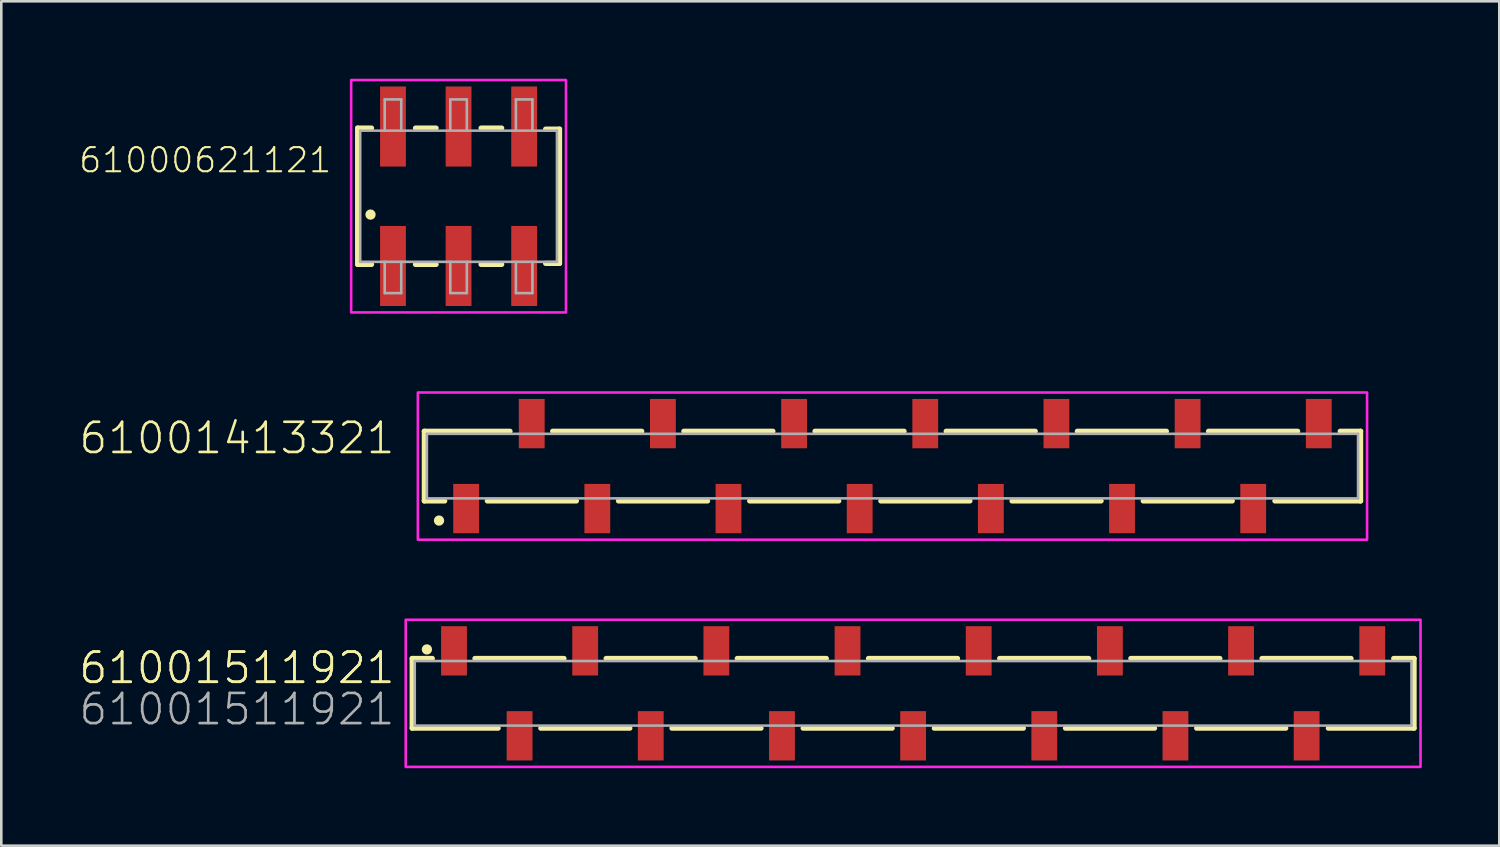
<source format=kicad_pcb>
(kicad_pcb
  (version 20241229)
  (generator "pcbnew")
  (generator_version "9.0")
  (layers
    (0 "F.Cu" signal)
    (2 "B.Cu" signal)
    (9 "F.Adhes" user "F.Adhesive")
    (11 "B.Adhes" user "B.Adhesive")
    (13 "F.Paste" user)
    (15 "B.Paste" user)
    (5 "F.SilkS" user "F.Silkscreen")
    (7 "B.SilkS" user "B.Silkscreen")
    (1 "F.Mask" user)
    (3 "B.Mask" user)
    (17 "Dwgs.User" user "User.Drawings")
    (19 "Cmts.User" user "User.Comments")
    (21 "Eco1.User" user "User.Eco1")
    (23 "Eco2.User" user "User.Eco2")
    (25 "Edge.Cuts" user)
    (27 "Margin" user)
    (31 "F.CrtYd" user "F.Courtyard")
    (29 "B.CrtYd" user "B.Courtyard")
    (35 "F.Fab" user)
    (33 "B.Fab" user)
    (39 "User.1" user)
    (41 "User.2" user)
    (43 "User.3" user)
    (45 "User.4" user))
  (footprint "61000621121"
    (layer "F.Cu")
    (at 14.709 4.55)
    (property "Reference" "61000621121" (at -4.86 -0.85 0) (unlocked yes) (layer "F.SilkS") (effects (font (size 0.935 0.935) (thickness 0.081)) (justify right bottom)))
    (fp_line (start -3.91 -2.64) (end -3.91 2.64) (stroke (width 0.2) (type solid)) (layer "F.SilkS"))
    (fp_line (start -3.91 2.64) (end -3.37 2.64) (stroke (width 0.2) (type solid)) (layer "F.SilkS"))
    (fp_line (start -3.37 -2.64) (end -3.91 -2.64) (stroke (width 0.2) (type solid)) (layer "F.SilkS"))
    (fp_line (start -1.67 2.64) (end -0.87 2.64) (stroke (width 0.2) (type solid)) (layer "F.SilkS"))
    (fp_line (start -0.87 -2.64) (end -1.67 -2.64) (stroke (width 0.2) (type solid)) (layer "F.SilkS"))
    (fp_line (start 0.87 2.64) (end 1.67 2.64) (stroke (width 0.2) (type solid)) (layer "F.SilkS"))
    (fp_line (start 1.67 -2.64) (end 0.87 -2.64) (stroke (width 0.2) (type solid)) (layer "F.SilkS"))
    (fp_line (start 3.37 -2.6) (end 3.91 -2.6) (stroke (width 0.2) (type solid)) (layer "F.SilkS"))
    (fp_line (start 3.91 -2.6) (end 3.91 2.6) (stroke (width 0.2) (type solid)) (layer "F.SilkS"))
    (fp_line (start 3.91 2.6) (end 3.37 2.6) (stroke (width 0.2) (type solid)) (layer "F.SilkS"))
    (fp_circle (center -3.41 0.71) (end -3.31 0.71) (stroke (width 0.2) (type solid)) (fill no) (layer "F.SilkS"))
    (fp_poly (pts (xy 4.16 4.5) (xy -4.16 4.5) (xy -4.16 -4.5) (xy 4.16 -4.5)) (stroke (width 0.1) (type default)) (fill no) (layer "F.CrtYd"))
    (fp_line (start -3.81 -2.54) (end -3.81 2.54) (stroke (width 0.1) (type solid)) (layer "F.Fab"))
    (fp_line (start -3.81 2.54) (end 3.81 2.54) (stroke (width 0.1) (type solid)) (layer "F.Fab"))
    (fp_line (start -2.86 -3.75) (end -2.22 -3.75) (stroke (width 0.1) (type solid)) (layer "F.Fab"))
    (fp_line (start -2.86 -2.54) (end -3.81 -2.54) (stroke (width 0.1) (type solid)) (layer "F.Fab"))
    (fp_line (start -2.86 -2.54) (end -2.86 -3.75) (stroke (width 0.1) (type solid)) (layer "F.Fab"))
    (fp_line (start -2.86 3.75) (end -2.86 2.54) (stroke (width 0.1) (type solid)) (layer "F.Fab"))
    (fp_line (start -2.22 -3.75) (end -2.22 -2.54) (stroke (width 0.1) (type solid)) (layer "F.Fab"))
    (fp_line (start -2.22 -2.54) (end -2.86 -2.54) (stroke (width 0.1) (type solid)) (layer "F.Fab"))
    (fp_line (start -2.22 2.54) (end -2.22 3.75) (stroke (width 0.1) (type solid)) (layer "F.Fab"))
    (fp_line (start -2.22 3.75) (end -2.86 3.75) (stroke (width 0.1) (type solid)) (layer "F.Fab"))
    (fp_line (start -0.32 -3.75) (end 0.32 -3.75) (stroke (width 0.1) (type solid)) (layer "F.Fab"))
    (fp_line (start -0.32 -2.54) (end -0.32 -3.75) (stroke (width 0.1) (type solid)) (layer "F.Fab"))
    (fp_line (start -0.32 3.75) (end -0.32 2.54) (stroke (width 0.1) (type solid)) (layer "F.Fab"))
    (fp_line (start 0.32 -3.75) (end 0.32 -2.54) (stroke (width 0.1) (type solid)) (layer "F.Fab"))
    (fp_line (start 0.32 2.54) (end 0.32 3.75) (stroke (width 0.1) (type solid)) (layer "F.Fab"))
    (fp_line (start 0.32 3.75) (end -0.32 3.75) (stroke (width 0.1) (type solid)) (layer "F.Fab"))
    (fp_line (start 2.22 -3.75) (end 2.86 -3.75) (stroke (width 0.1) (type solid)) (layer "F.Fab"))
    (fp_line (start 2.22 -2.54) (end 2.22 -3.75) (stroke (width 0.1) (type solid)) (layer "F.Fab"))
    (fp_line (start 2.22 3.75) (end 2.22 2.54) (stroke (width 0.1) (type solid)) (layer "F.Fab"))
    (fp_line (start 2.86 -3.75) (end 2.86 -2.54) (stroke (width 0.1) (type solid)) (layer "F.Fab"))
    (fp_line (start 2.86 2.54) (end 2.86 3.75) (stroke (width 0.1) (type solid)) (layer "F.Fab"))
    (fp_line (start 2.86 3.75) (end 2.22 3.75) (stroke (width 0.1) (type solid)) (layer "F.Fab"))
    (fp_line (start 3.81 -2.54) (end -2.22 -2.54) (stroke (width 0.1) (type solid)) (layer "F.Fab"))
    (fp_line (start 3.81 2.54) (end 3.81 -2.54) (stroke (width 0.1) (type solid)) (layer "F.Fab"))
    (pad "1" smd rect (at -2.54 2.7 90) (size 3.1 1) (layers "F.Cu" "F.Mask" "F.Paste"))
    (pad "2" smd rect (at -2.54 -2.7 90) (size 3.1 1) (layers "F.Cu" "F.Mask" "F.Paste"))
    (pad "3" smd rect (at 0 2.7 90) (size 3.1 1) (layers "F.Cu" "F.Mask" "F.Paste"))
    (pad "4" smd rect (at 0 -2.7 90) (size 3.1 1) (layers "F.Cu" "F.Mask" "F.Paste"))
    (pad "5" smd rect (at 2.54 2.7 90) (size 3.1 1) (layers "F.Cu" "F.Mask" "F.Paste"))
    (pad "6" smd rect (at 2.54 -2.7 90) (size 3.1 1) (layers "F.Cu" "F.Mask" "F.Paste")))
  (footprint "61001413321"
    (layer "F.Cu")
    (at 31.512 15)
    (property "Reference" "61001413321" (at -19.2 -0.4 0) (unlocked yes) (layer "F.SilkS") (effects (font (size 1.168 1.168) (thickness 0.102)) (justify right bottom)))
    (fp_line (start -18.13 -1.35) (end -14.81 -1.35) (stroke (width 0.2) (type solid)) (layer "F.SilkS"))
    (fp_line (start -18.13 1.35) (end -18.13 -1.35) (stroke (width 0.2) (type solid)) (layer "F.SilkS"))
    (fp_line (start -17.34 1.35) (end -18.13 1.35) (stroke (width 0.2) (type solid)) (layer "F.SilkS"))
    (fp_line (start -13.16 -1.35) (end -9.71 -1.35) (stroke (width 0.2) (type solid)) (layer "F.SilkS"))
    (fp_line (start -12.24 1.35) (end -15.69 1.35) (stroke (width 0.2) (type solid)) (layer "F.SilkS"))
    (fp_line (start -8.08 -1.35) (end -4.63 -1.35) (stroke (width 0.2) (type solid)) (layer "F.SilkS"))
    (fp_line (start -7.16 1.35) (end -10.61 1.35) (stroke (width 0.2) (type solid)) (layer "F.SilkS"))
    (fp_line (start -3 -1.35) (end 0.45 -1.35) (stroke (width 0.2) (type solid)) (layer "F.SilkS"))
    (fp_line (start -2.08 1.35) (end -5.53 1.35) (stroke (width 0.2) (type solid)) (layer "F.SilkS"))
    (fp_line (start 2.08 -1.35) (end 5.53 -1.35) (stroke (width 0.2) (type solid)) (layer "F.SilkS"))
    (fp_line (start 3 1.35) (end -0.45 1.35) (stroke (width 0.2) (type solid)) (layer "F.SilkS"))
    (fp_line (start 7.16 -1.35) (end 10.61 -1.35) (stroke (width 0.2) (type solid)) (layer "F.SilkS"))
    (fp_line (start 8.08 1.35) (end 4.63 1.35) (stroke (width 0.2) (type solid)) (layer "F.SilkS"))
    (fp_line (start 12.24 -1.35) (end 15.69 -1.35) (stroke (width 0.2) (type solid)) (layer "F.SilkS"))
    (fp_line (start 13.16 1.35) (end 9.71 1.35) (stroke (width 0.2) (type solid)) (layer "F.SilkS"))
    (fp_line (start 14.81 1.35) (end 18.13 1.35) (stroke (width 0.2) (type solid)) (layer "F.SilkS"))
    (fp_line (start 18.13 -1.35) (end 17.34 -1.35) (stroke (width 0.2) (type solid)) (layer "F.SilkS"))
    (fp_line (start 18.13 1.35) (end 18.13 -1.35) (stroke (width 0.2) (type solid)) (layer "F.SilkS"))
    (fp_circle (center -17.56 2.11) (end -17.46 2.11) (stroke (width 0.2) (type solid)) (fill no) (layer "F.SilkS"))
    (fp_poly (pts (xy 18.38 2.85) (xy -18.38 2.85) (xy -18.38 -2.85) (xy 18.38 -2.85)) (stroke (width 0.1) (type default)) (fill no) (layer "F.CrtYd"))
    (fp_line (start -18.03 -1.25) (end 18.03 -1.25) (stroke (width 0.1) (type solid)) (layer "F.Fab"))
    (fp_line (start -18.03 1.25) (end -18.03 -1.25) (stroke (width 0.1) (type solid)) (layer "F.Fab"))
    (fp_line (start 18.03 1.25) (end -18.03 1.25) (stroke (width 0.1) (type solid)) (layer "F.Fab"))
    (fp_line (start 18.03 1.25) (end 18.03 -1.25) (stroke (width 0.1) (type solid)) (layer "F.Fab"))
    (pad "1" smd rect (at -16.51 1.645 180) (size 1 1.91) (layers "F.Cu" "F.Mask" "F.Paste"))
    (pad "2" smd rect (at -13.97 -1.645 180) (size 1 1.91) (layers "F.Cu" "F.Mask" "F.Paste"))
    (pad "3" smd rect (at -11.43 1.645 180) (size 1 1.91) (layers "F.Cu" "F.Mask" "F.Paste"))
    (pad "4" smd rect (at -8.89 -1.645 180) (size 1 1.91) (layers "F.Cu" "F.Mask" "F.Paste"))
    (pad "5" smd rect (at -6.35 1.645 180) (size 1 1.91) (layers "F.Cu" "F.Mask" "F.Paste"))
    (pad "6" smd rect (at -3.81 -1.645 180) (size 1 1.91) (layers "F.Cu" "F.Mask" "F.Paste"))
    (pad "7" smd rect (at -1.27 1.645 180) (size 1 1.91) (layers "F.Cu" "F.Mask" "F.Paste"))
    (pad "8" smd rect (at 1.27 -1.645 180) (size 1 1.91) (layers "F.Cu" "F.Mask" "F.Paste"))
    (pad "9" smd rect (at 3.81 1.645 180) (size 1 1.91) (layers "F.Cu" "F.Mask" "F.Paste"))
    (pad "10" smd rect (at 6.35 -1.645 180) (size 1 1.91) (layers "F.Cu" "F.Mask" "F.Paste"))
    (pad "11" smd rect (at 8.89 1.645 180) (size 1 1.91) (layers "F.Cu" "F.Mask" "F.Paste"))
    (pad "12" smd rect (at 11.43 -1.645 180) (size 1 1.91) (layers "F.Cu" "F.Mask" "F.Paste"))
    (pad "13" smd rect (at 13.97 1.645 180) (size 1 1.91) (layers "F.Cu" "F.Mask" "F.Paste"))
    (pad "14" smd rect (at 16.51 -1.645 180) (size 1 1.91) (layers "F.Cu" "F.Mask" "F.Paste")))
  (footprint "61001511921"
    (layer "F.Cu")
    (at 32.312 23.8)
    (property "Reference" "61001511921" (at -20 -0.3 0) (unlocked yes) (layer "F.SilkS") (effects (font (size 1.168 1.168) (thickness 0.102)) (justify right bottom)))
    (property "Value" "61001511921" (at -20 1.3 0) (unlocked yes) (layer "F.Fab") (hide yes) (effects (font (size 1.168 1.168) (thickness 0.102)) (justify right bottom)))
    (fp_line (start -19.4 -1.35) (end -18.62 -1.35) (stroke (width 0.2) (type solid)) (layer "F.SilkS"))
    (fp_line (start -19.4 1.35) (end -19.4 -1.35) (stroke (width 0.2) (type solid)) (layer "F.SilkS"))
    (fp_line (start -16.97 -1.35) (end -13.52 -1.35) (stroke (width 0.2) (type solid)) (layer "F.SilkS"))
    (fp_line (start -16.07 1.35) (end -19.4 1.35) (stroke (width 0.2) (type solid)) (layer "F.SilkS"))
    (fp_line (start -11.89 -1.35) (end -8.44 -1.35) (stroke (width 0.2) (type solid)) (layer "F.SilkS"))
    (fp_line (start -10.97 1.35) (end -14.42 1.35) (stroke (width 0.2) (type solid)) (layer "F.SilkS"))
    (fp_line (start -6.81 -1.35) (end -3.36 -1.35) (stroke (width 0.2) (type solid)) (layer "F.SilkS"))
    (fp_line (start -5.89 1.35) (end -9.34 1.35) (stroke (width 0.2) (type solid)) (layer "F.SilkS"))
    (fp_line (start -1.73 -1.35) (end 1.72 -1.35) (stroke (width 0.2) (type solid)) (layer "F.SilkS"))
    (fp_line (start -0.81 1.35) (end -4.26 1.35) (stroke (width 0.2) (type solid)) (layer "F.SilkS"))
    (fp_line (start 3.35 -1.35) (end 6.8 -1.35) (stroke (width 0.2) (type solid)) (layer "F.SilkS"))
    (fp_line (start 4.27 1.35) (end 0.82 1.35) (stroke (width 0.2) (type solid)) (layer "F.SilkS"))
    (fp_line (start 8.43 -1.35) (end 11.88 -1.35) (stroke (width 0.2) (type solid)) (layer "F.SilkS"))
    (fp_line (start 9.35 1.35) (end 5.9 1.35) (stroke (width 0.2) (type solid)) (layer "F.SilkS"))
    (fp_line (start 13.51 -1.35) (end 16.96 -1.35) (stroke (width 0.2) (type solid)) (layer "F.SilkS"))
    (fp_line (start 14.43 1.35) (end 10.98 1.35) (stroke (width 0.2) (type solid)) (layer "F.SilkS"))
    (fp_line (start 16.08 1.35) (end 19.4 1.35) (stroke (width 0.2) (type solid)) (layer "F.SilkS"))
    (fp_line (start 19.4 -1.35) (end 18.61 -1.35) (stroke (width 0.2) (type solid)) (layer "F.SilkS"))
    (fp_line (start 19.4 1.35) (end 19.4 -1.35) (stroke (width 0.2) (type solid)) (layer "F.SilkS"))
    (fp_circle (center -18.83 -1.7) (end -18.73 -1.7) (stroke (width 0.2) (type solid)) (fill no) (layer "F.SilkS"))
    (fp_poly (pts (xy 19.65 2.85) (xy -19.65 2.85) (xy -19.65 -2.85) (xy 19.65 -2.85)) (stroke (width 0.1) (type default)) (fill no) (layer "F.CrtYd"))
    (fp_line (start -19.3 -1.25) (end 19.3 -1.25) (stroke (width 0.1) (type solid)) (layer "F.Fab"))
    (fp_line (start -19.3 1.25) (end -19.3 -1.25) (stroke (width 0.1) (type solid)) (layer "F.Fab"))
    (fp_line (start 19.3 1.25) (end -19.3 1.25) (stroke (width 0.1) (type solid)) (layer "F.Fab"))
    (fp_line (start 19.3 1.25) (end 19.3 -1.25) (stroke (width 0.1) (type solid)) (layer "F.Fab"))
    (fp_text user "${REFERENCE}" (at -20 -0.3 0) (unlocked yes) (layer "F.SilkS") (effects (font (size 1.168 1.168) (thickness 0.102)) (justify right bottom)))
    (fp_text user "${VALUE}" (at -20 1.3 0) (unlocked yes) (layer "F.Fab") (effects (font (size 1.168 1.168) (thickness 0.102)) (justify right bottom)))
    (pad "1" smd rect (at -17.78 -1.645 180) (size 1 1.91) (layers "F.Cu" "F.Mask" "F.Paste"))
    (pad "2" smd rect (at -15.24 1.645 180) (size 1 1.91) (layers "F.Cu" "F.Mask" "F.Paste"))
    (pad "3" smd rect (at -12.7 -1.645 180) (size 1 1.91) (layers "F.Cu" "F.Mask" "F.Paste"))
    (pad "4" smd rect (at -10.16 1.645 180) (size 1 1.91) (layers "F.Cu" "F.Mask" "F.Paste"))
    (pad "5" smd rect (at -7.62 -1.645 180) (size 1 1.91) (layers "F.Cu" "F.Mask" "F.Paste"))
    (pad "6" smd rect (at -5.08 1.645 180) (size 1 1.91) (layers "F.Cu" "F.Mask" "F.Paste"))
    (pad "7" smd rect (at -2.54 -1.645 180) (size 1 1.91) (layers "F.Cu" "F.Mask" "F.Paste"))
    (pad "8" smd rect (at 0 1.645 180) (size 1 1.91) (layers "F.Cu" "F.Mask" "F.Paste"))
    (pad "9" smd rect (at 2.54 -1.645 180) (size 1 1.91) (layers "F.Cu" "F.Mask" "F.Paste"))
    (pad "10" smd rect (at 5.08 1.645 180) (size 1 1.91) (layers "F.Cu" "F.Mask" "F.Paste"))
    (pad "11" smd rect (at 7.62 -1.645 180) (size 1 1.91) (layers "F.Cu" "F.Mask" "F.Paste"))
    (pad "12" smd rect (at 10.16 1.645 180) (size 1 1.91) (layers "F.Cu" "F.Mask" "F.Paste"))
    (pad "13" smd rect (at 12.7 -1.645 180) (size 1 1.91) (layers "F.Cu" "F.Mask" "F.Paste"))
    (pad "14" smd rect (at 15.24 1.645 180) (size 1 1.91) (layers "F.Cu" "F.Mask" "F.Paste"))
    (pad "15" smd rect (at 17.78 -1.645 180) (size 1 1.91) (layers "F.Cu" "F.Mask" "F.Paste")))
  (gr_rect
    (start -3 -3)
    (end 55.012 29.7)
    (stroke (width 0.1) (type default))
    (fill no)
    (layer "Edge.Cuts")))
</source>
